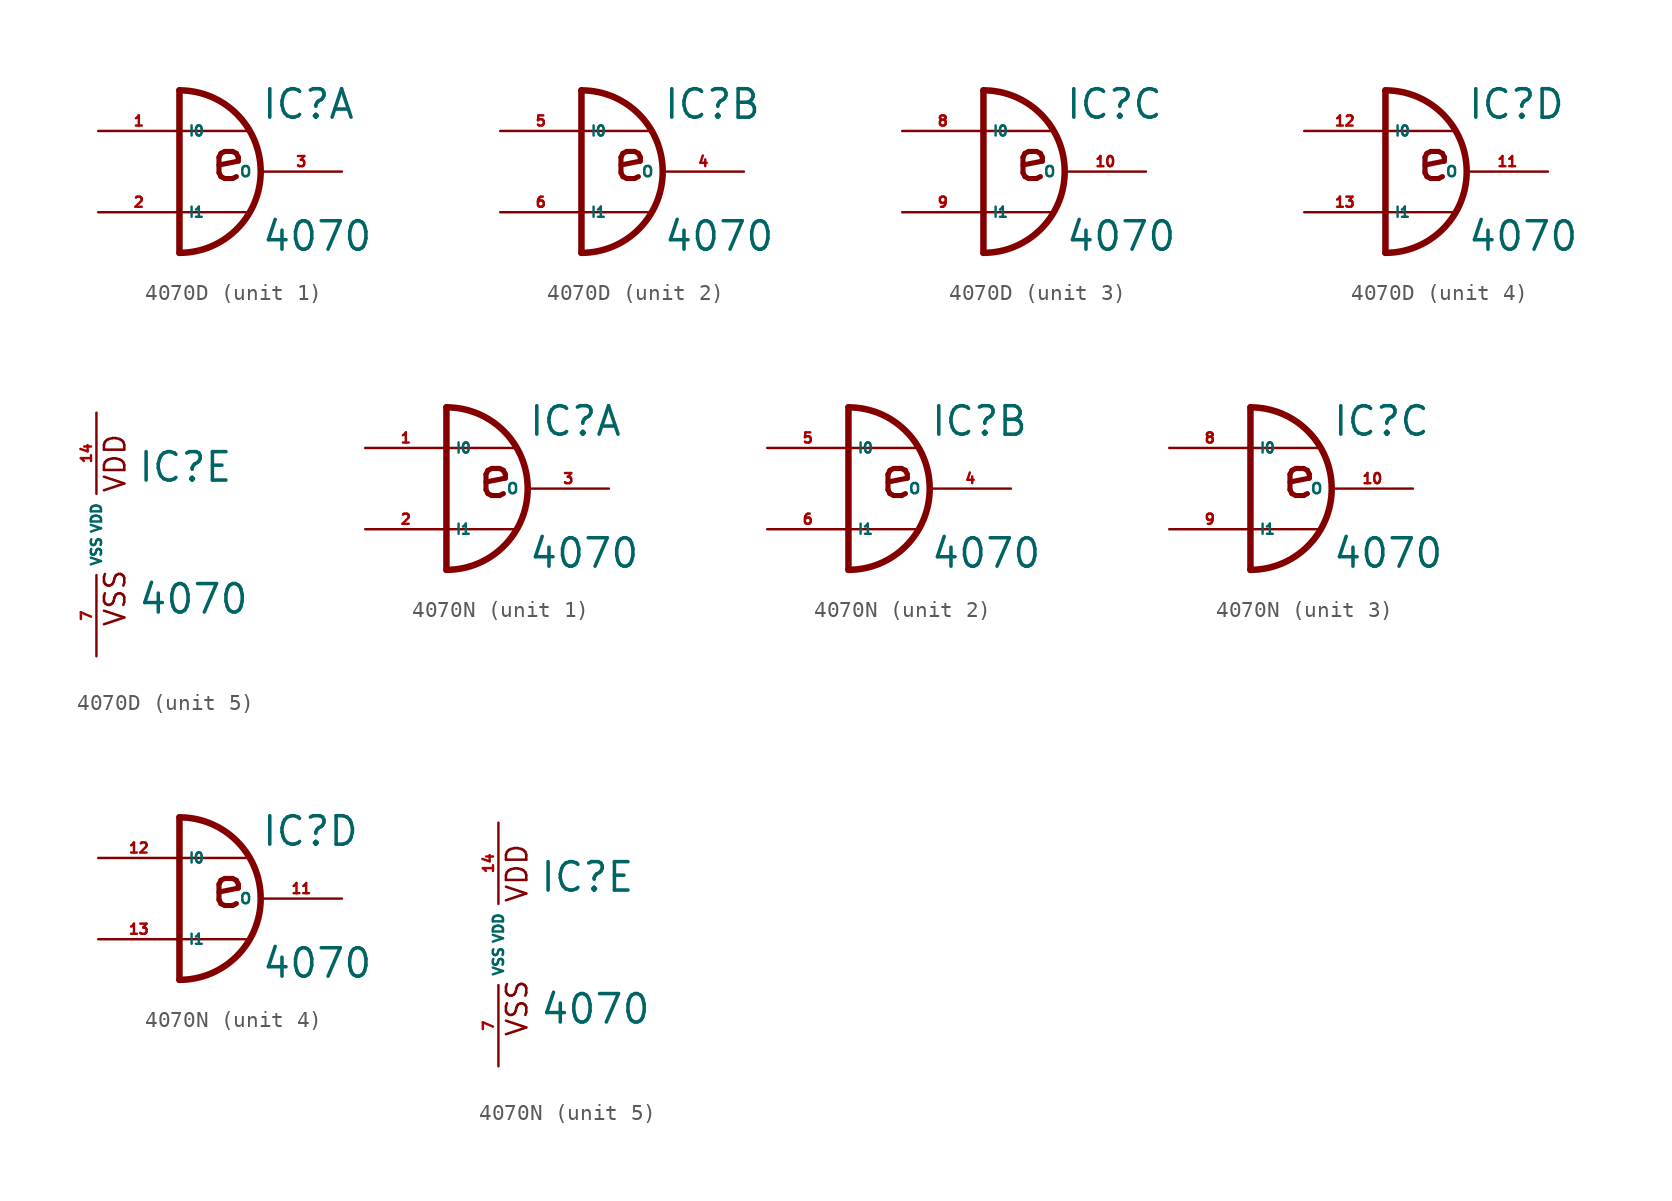
<source format=kicad_sym>
(kicad_symbol_lib
  (version 20220914)
  (generator Eagle2Kicad)
  (symbol "4070D"
    (property "Reference" "IC"
      (at 2.54 3.175 0)
      (effects (font (size 1.778 1.778) (thickness 0.22)) (justify left bottom)))
    (property "Value" "4070"
      (at 2.54 -5.08 0)
      (effects (font (size 1.778 1.778) (thickness 0.22)) (justify left bottom)))
    (symbol "4070D_1_0"
      (polyline (pts (xy 1.778 2.54) (xy -2.54 2.54)) (stroke (width 0.152) (type default)) (fill (type none)))
      (arc (start -2.54 -5.08) (mid 2.540 0.000) (end -2.54 5.08) (stroke (width 0.4064) (type default)) (fill (type none)))
      (polyline (pts (xy 1.778 -2.54) (xy -2.54 -2.54)) (stroke (width 0.152) (type default)) (fill (type none)))
      (polyline (pts (xy -2.54 5.08) (xy -2.54 -5.08)) (stroke (width 0.406) (type default)) (fill (type none)))
      (text "e" (at -0.762 -0.762 0) (effects (font (size 2.54 2.54) (thickness 0.32)) (justify left bottom)))
      (pin input line (at -7.62 2.54 0) (length 5.08) (name "I0" (effects (font (size 0.635 0.635) (thickness 0.08)) (justify left bottom))) (number "1" (effects (font (size 0.635 0.635) (thickness 0.08)) (justify left bottom))))
      (pin input line (at -7.62 -2.54 0) (length 5.08) (name "I1" (effects (font (size 0.635 0.635) (thickness 0.08)) (justify left bottom))) (number "2" (effects (font (size 0.635 0.635) (thickness 0.08)) (justify left bottom))))
      (pin output line (at 7.62 0 180) (length 5.08) (name "O" (effects (font (size 0.635 0.635) (thickness 0.08)) (justify left bottom))) (number "3" (effects (font (size 0.635 0.635) (thickness 0.08)) (justify left bottom)))))
    (symbol "4070D_2_0"
      (polyline (pts (xy 1.778 2.54) (xy -2.54 2.54)) (stroke (width 0.152) (type default)) (fill (type none)))
      (arc (start -2.54 -5.08) (mid 2.540 0.000) (end -2.54 5.08) (stroke (width 0.4064) (type default)) (fill (type none)))
      (polyline (pts (xy 1.778 -2.54) (xy -2.54 -2.54)) (stroke (width 0.152) (type default)) (fill (type none)))
      (polyline (pts (xy -2.54 5.08) (xy -2.54 -5.08)) (stroke (width 0.406) (type default)) (fill (type none)))
      (text "e" (at -0.762 -0.762 0) (effects (font (size 2.54 2.54) (thickness 0.32)) (justify left bottom)))
      (pin input line (at -7.62 2.54 0) (length 5.08) (name "I0" (effects (font (size 0.635 0.635) (thickness 0.08)) (justify left bottom))) (number "5" (effects (font (size 0.635 0.635) (thickness 0.08)) (justify left bottom))))
      (pin input line (at -7.62 -2.54 0) (length 5.08) (name "I1" (effects (font (size 0.635 0.635) (thickness 0.08)) (justify left bottom))) (number "6" (effects (font (size 0.635 0.635) (thickness 0.08)) (justify left bottom))))
      (pin output line (at 7.62 0 180) (length 5.08) (name "O" (effects (font (size 0.635 0.635) (thickness 0.08)) (justify left bottom))) (number "4" (effects (font (size 0.635 0.635) (thickness 0.08)) (justify left bottom)))))
    (symbol "4070D_3_0"
      (polyline (pts (xy 1.778 2.54) (xy -2.54 2.54)) (stroke (width 0.152) (type default)) (fill (type none)))
      (arc (start -2.54 -5.08) (mid 2.540 0.000) (end -2.54 5.08) (stroke (width 0.4064) (type default)) (fill (type none)))
      (polyline (pts (xy 1.778 -2.54) (xy -2.54 -2.54)) (stroke (width 0.152) (type default)) (fill (type none)))
      (polyline (pts (xy -2.54 5.08) (xy -2.54 -5.08)) (stroke (width 0.406) (type default)) (fill (type none)))
      (text "e" (at -0.762 -0.762 0) (effects (font (size 2.54 2.54) (thickness 0.32)) (justify left bottom)))
      (pin input line (at -7.62 2.54 0) (length 5.08) (name "I0" (effects (font (size 0.635 0.635) (thickness 0.08)) (justify left bottom))) (number "8" (effects (font (size 0.635 0.635) (thickness 0.08)) (justify left bottom))))
      (pin input line (at -7.62 -2.54 0) (length 5.08) (name "I1" (effects (font (size 0.635 0.635) (thickness 0.08)) (justify left bottom))) (number "9" (effects (font (size 0.635 0.635) (thickness 0.08)) (justify left bottom))))
      (pin output line (at 7.62 0 180) (length 5.08) (name "O" (effects (font (size 0.635 0.635) (thickness 0.08)) (justify left bottom))) (number "10" (effects (font (size 0.635 0.635) (thickness 0.08)) (justify left bottom)))))
    (symbol "4070D_4_0"
      (polyline (pts (xy 1.778 2.54) (xy -2.54 2.54)) (stroke (width 0.152) (type default)) (fill (type none)))
      (arc (start -2.54 -5.08) (mid 2.540 0.000) (end -2.54 5.08) (stroke (width 0.4064) (type default)) (fill (type none)))
      (polyline (pts (xy 1.778 -2.54) (xy -2.54 -2.54)) (stroke (width 0.152) (type default)) (fill (type none)))
      (polyline (pts (xy -2.54 5.08) (xy -2.54 -5.08)) (stroke (width 0.406) (type default)) (fill (type none)))
      (text "e" (at -0.762 -0.762 0) (effects (font (size 2.54 2.54) (thickness 0.32)) (justify left bottom)))
      (pin input line (at -7.62 2.54 0) (length 5.08) (name "I0" (effects (font (size 0.635 0.635) (thickness 0.08)) (justify left bottom))) (number "12" (effects (font (size 0.635 0.635) (thickness 0.08)) (justify left bottom))))
      (pin input line (at -7.62 -2.54 0) (length 5.08) (name "I1" (effects (font (size 0.635 0.635) (thickness 0.08)) (justify left bottom))) (number "13" (effects (font (size 0.635 0.635) (thickness 0.08)) (justify left bottom))))
      (pin output line (at 7.62 0 180) (length 5.08) (name "O" (effects (font (size 0.635 0.635) (thickness 0.08)) (justify left bottom))) (number "11" (effects (font (size 0.635 0.635) (thickness 0.08)) (justify left bottom)))))
    (symbol "4070D_5_0"
      (text "VDD" (at 1.905 2.54 900) (effects (font (size 1.27 1.27) (thickness 0.16)) (justify left bottom)))
      (text "VSS" (at 1.905 -5.842 900) (effects (font (size 1.27 1.27) (thickness 0.16)) (justify left bottom)))
      (pin unspecified line (at 0 -7.62 90) (length 5.08) (name "VSS" (effects (font (size 0.635 0.635) (thickness 0.08)) (justify left bottom))) (number "7" (effects (font (size 0.635 0.635) (thickness 0.08)) (justify left bottom))))
      (pin unspecified line (at 0 7.62 270) (length 5.08) (name "VDD" (effects (font (size 0.635 0.635) (thickness 0.08)) (justify left bottom))) (number "14" (effects (font (size 0.635 0.635) (thickness 0.08)) (justify left bottom))))))
  (symbol "4070N"
    (property "Reference" "IC"
      (at 2.54 3.175 0)
      (effects (font (size 1.778 1.778) (thickness 0.22)) (justify left bottom)))
    (property "Value" "4070"
      (at 2.54 -5.08 0)
      (effects (font (size 1.778 1.778) (thickness 0.22)) (justify left bottom)))
    (symbol "4070N_1_0"
      (polyline (pts (xy 1.778 2.54) (xy -2.54 2.54)) (stroke (width 0.152) (type default)) (fill (type none)))
      (arc (start -2.54 -5.08) (mid 2.540 0.000) (end -2.54 5.08) (stroke (width 0.4064) (type default)) (fill (type none)))
      (polyline (pts (xy 1.778 -2.54) (xy -2.54 -2.54)) (stroke (width 0.152) (type default)) (fill (type none)))
      (polyline (pts (xy -2.54 5.08) (xy -2.54 -5.08)) (stroke (width 0.406) (type default)) (fill (type none)))
      (text "e" (at -0.762 -0.762 0) (effects (font (size 2.54 2.54) (thickness 0.32)) (justify left bottom)))
      (pin input line (at -7.62 2.54 0) (length 5.08) (name "I0" (effects (font (size 0.635 0.635) (thickness 0.08)) (justify left bottom))) (number "1" (effects (font (size 0.635 0.635) (thickness 0.08)) (justify left bottom))))
      (pin input line (at -7.62 -2.54 0) (length 5.08) (name "I1" (effects (font (size 0.635 0.635) (thickness 0.08)) (justify left bottom))) (number "2" (effects (font (size 0.635 0.635) (thickness 0.08)) (justify left bottom))))
      (pin output line (at 7.62 0 180) (length 5.08) (name "O" (effects (font (size 0.635 0.635) (thickness 0.08)) (justify left bottom))) (number "3" (effects (font (size 0.635 0.635) (thickness 0.08)) (justify left bottom)))))
    (symbol "4070N_2_0"
      (polyline (pts (xy 1.778 2.54) (xy -2.54 2.54)) (stroke (width 0.152) (type default)) (fill (type none)))
      (arc (start -2.54 -5.08) (mid 2.540 0.000) (end -2.54 5.08) (stroke (width 0.4064) (type default)) (fill (type none)))
      (polyline (pts (xy 1.778 -2.54) (xy -2.54 -2.54)) (stroke (width 0.152) (type default)) (fill (type none)))
      (polyline (pts (xy -2.54 5.08) (xy -2.54 -5.08)) (stroke (width 0.406) (type default)) (fill (type none)))
      (text "e" (at -0.762 -0.762 0) (effects (font (size 2.54 2.54) (thickness 0.32)) (justify left bottom)))
      (pin input line (at -7.62 2.54 0) (length 5.08) (name "I0" (effects (font (size 0.635 0.635) (thickness 0.08)) (justify left bottom))) (number "5" (effects (font (size 0.635 0.635) (thickness 0.08)) (justify left bottom))))
      (pin input line (at -7.62 -2.54 0) (length 5.08) (name "I1" (effects (font (size 0.635 0.635) (thickness 0.08)) (justify left bottom))) (number "6" (effects (font (size 0.635 0.635) (thickness 0.08)) (justify left bottom))))
      (pin output line (at 7.62 0 180) (length 5.08) (name "O" (effects (font (size 0.635 0.635) (thickness 0.08)) (justify left bottom))) (number "4" (effects (font (size 0.635 0.635) (thickness 0.08)) (justify left bottom)))))
    (symbol "4070N_3_0"
      (polyline (pts (xy 1.778 2.54) (xy -2.54 2.54)) (stroke (width 0.152) (type default)) (fill (type none)))
      (arc (start -2.54 -5.08) (mid 2.540 0.000) (end -2.54 5.08) (stroke (width 0.4064) (type default)) (fill (type none)))
      (polyline (pts (xy 1.778 -2.54) (xy -2.54 -2.54)) (stroke (width 0.152) (type default)) (fill (type none)))
      (polyline (pts (xy -2.54 5.08) (xy -2.54 -5.08)) (stroke (width 0.406) (type default)) (fill (type none)))
      (text "e" (at -0.762 -0.762 0) (effects (font (size 2.54 2.54) (thickness 0.32)) (justify left bottom)))
      (pin input line (at -7.62 2.54 0) (length 5.08) (name "I0" (effects (font (size 0.635 0.635) (thickness 0.08)) (justify left bottom))) (number "8" (effects (font (size 0.635 0.635) (thickness 0.08)) (justify left bottom))))
      (pin input line (at -7.62 -2.54 0) (length 5.08) (name "I1" (effects (font (size 0.635 0.635) (thickness 0.08)) (justify left bottom))) (number "9" (effects (font (size 0.635 0.635) (thickness 0.08)) (justify left bottom))))
      (pin output line (at 7.62 0 180) (length 5.08) (name "O" (effects (font (size 0.635 0.635) (thickness 0.08)) (justify left bottom))) (number "10" (effects (font (size 0.635 0.635) (thickness 0.08)) (justify left bottom)))))
    (symbol "4070N_4_0"
      (polyline (pts (xy 1.778 2.54) (xy -2.54 2.54)) (stroke (width 0.152) (type default)) (fill (type none)))
      (arc (start -2.54 -5.08) (mid 2.540 0.000) (end -2.54 5.08) (stroke (width 0.4064) (type default)) (fill (type none)))
      (polyline (pts (xy 1.778 -2.54) (xy -2.54 -2.54)) (stroke (width 0.152) (type default)) (fill (type none)))
      (polyline (pts (xy -2.54 5.08) (xy -2.54 -5.08)) (stroke (width 0.406) (type default)) (fill (type none)))
      (text "e" (at -0.762 -0.762 0) (effects (font (size 2.54 2.54) (thickness 0.32)) (justify left bottom)))
      (pin input line (at -7.62 2.54 0) (length 5.08) (name "I0" (effects (font (size 0.635 0.635) (thickness 0.08)) (justify left bottom))) (number "12" (effects (font (size 0.635 0.635) (thickness 0.08)) (justify left bottom))))
      (pin input line (at -7.62 -2.54 0) (length 5.08) (name "I1" (effects (font (size 0.635 0.635) (thickness 0.08)) (justify left bottom))) (number "13" (effects (font (size 0.635 0.635) (thickness 0.08)) (justify left bottom))))
      (pin output line (at 7.62 0 180) (length 5.08) (name "O" (effects (font (size 0.635 0.635) (thickness 0.08)) (justify left bottom))) (number "11" (effects (font (size 0.635 0.635) (thickness 0.08)) (justify left bottom)))))
    (symbol "4070N_5_0"
      (text "VDD" (at 1.905 2.54 900) (effects (font (size 1.27 1.27) (thickness 0.16)) (justify left bottom)))
      (text "VSS" (at 1.905 -5.842 900) (effects (font (size 1.27 1.27) (thickness 0.16)) (justify left bottom)))
      (pin unspecified line (at 0 -7.62 90) (length 5.08) (name "VSS" (effects (font (size 0.635 0.635) (thickness 0.08)) (justify left bottom))) (number "7" (effects (font (size 0.635 0.635) (thickness 0.08)) (justify left bottom))))
      (pin unspecified line (at 0 7.62 270) (length 5.08) (name "VDD" (effects (font (size 0.635 0.635) (thickness 0.08)) (justify left bottom))) (number "14" (effects (font (size 0.635 0.635) (thickness 0.08)) (justify left bottom)))))))
</source>
